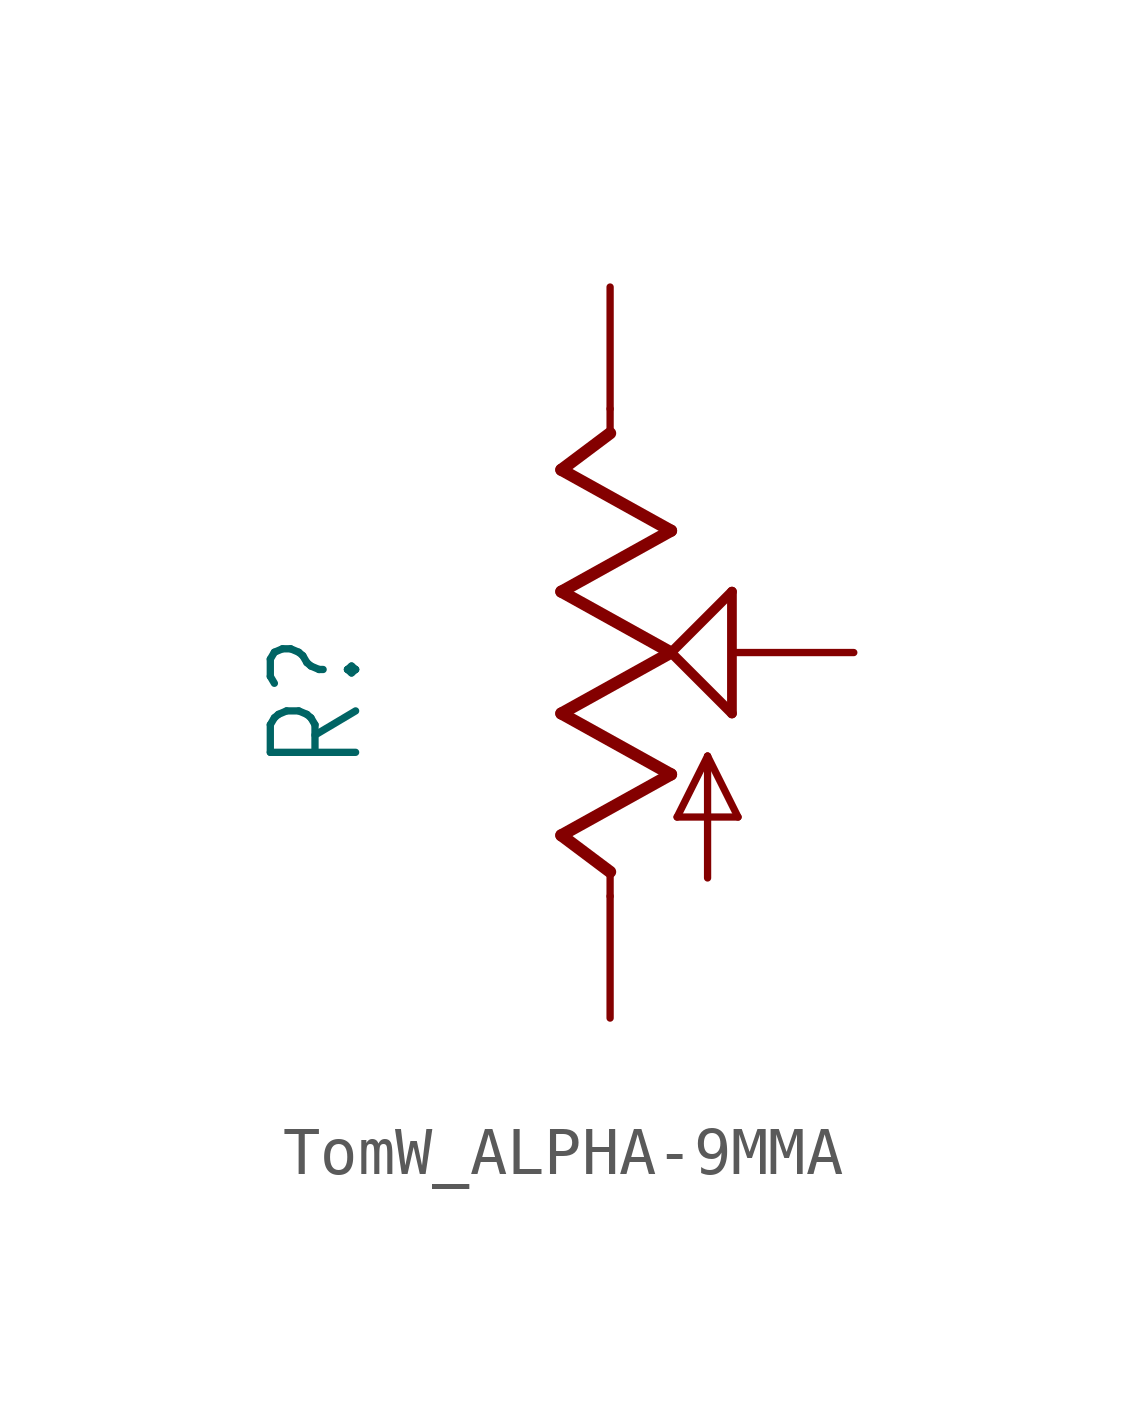
<source format=kicad_sym>
(kicad_symbol_lib
  (version 20231120)
  (generator "kicad_symbol_editor")
  (generator_version "8.0")
  (symbol "TomW_ALPHA-9MMA"
    (property "Reference" "R"
      (at -5.08 -2.54 90)
      (effects (font (size 1.778 1.511)) (justify left bottom)))
    (property "Value" ""
      (at -2.54 -2.54 90)
      (effects (font (size 1.778 1.511)) (justify left bottom)))
    (property "ki_locked" ""
      (at 0 0 0)
      (effects (font (size 1.27 1.27))))
    (symbol "TomW_ALPHA-9MMA_1_0"
      (polyline (pts (xy -1.016 -3.81) (xy 1.27 -2.54)) (stroke (width 0.254) (type solid)) (fill (type none)))
      (polyline (pts (xy -1.016 -1.27) (xy 1.27 0)) (stroke (width 0.254) (type solid)) (fill (type none)))
      (polyline (pts (xy -1.016 1.27) (xy 1.27 2.54)) (stroke (width 0.254) (type solid)) (fill (type none)))
      (polyline (pts (xy -1.016 3.81) (xy 0 4.572)) (stroke (width 0.254) (type solid)) (fill (type none)))
      (polyline (pts (xy 0 -5.08) (xy 0 -4.572)) (stroke (width 0.152) (type solid)) (fill (type none)))
      (polyline (pts (xy 0 -4.572) (xy -1.016 -3.81)) (stroke (width 0.254) (type solid)) (fill (type none)))
      (polyline (pts (xy 0 4.572) (xy 0 5.08)) (stroke (width 0.152) (type solid)) (fill (type none)))
      (polyline (pts (xy 1.27 -2.54) (xy -1.016 -1.27)) (stroke (width 0.254) (type solid)) (fill (type none)))
      (polyline (pts (xy 1.27 0) (xy -1.016 1.27)) (stroke (width 0.254) (type solid)) (fill (type none)))
      (polyline (pts (xy 1.27 0) (xy 2.54 1.27)) (stroke (width 0.203) (type solid)) (fill (type none)))
      (polyline (pts (xy 1.27 2.54) (xy -1.016 3.81)) (stroke (width 0.254) (type solid)) (fill (type none)))
      (polyline (pts (xy 1.397 -3.429) (xy 2.032 -2.159)) (stroke (width 0.152) (type solid)) (fill (type none)))
      (polyline (pts (xy 2.032 -4.699) (xy 2.032 -2.159)) (stroke (width 0.152) (type solid)) (fill (type none)))
      (polyline (pts (xy 2.032 -2.159) (xy 2.667 -3.429)) (stroke (width 0.152) (type solid)) (fill (type none)))
      (polyline (pts (xy 2.54 -1.27) (xy 1.27 0)) (stroke (width 0.203) (type solid)) (fill (type none)))
      (polyline (pts (xy 2.54 1.27) (xy 2.54 -1.27)) (stroke (width 0.203) (type solid)) (fill (type none)))
      (polyline (pts (xy 2.667 -3.429) (xy 1.397 -3.429)) (stroke (width 0.152) (type solid)) (fill (type none)))
      (pin passive line (at 0 -7.62 90) (length 2.54) (name "A" (effects (font (size 0 0)))) (number "1" (effects (font (size 0 0)))))
      (pin passive line (at 5.08 0 180) (length 2.54) (name "S" (effects (font (size 0 0)))) (number "2" (effects (font (size 0 0)))))
      (pin passive line (at 0 7.62 270) (length 2.54) (name "E" (effects (font (size 0 0)))) (number "3" (effects (font (size 0 0))))))))
</source>
